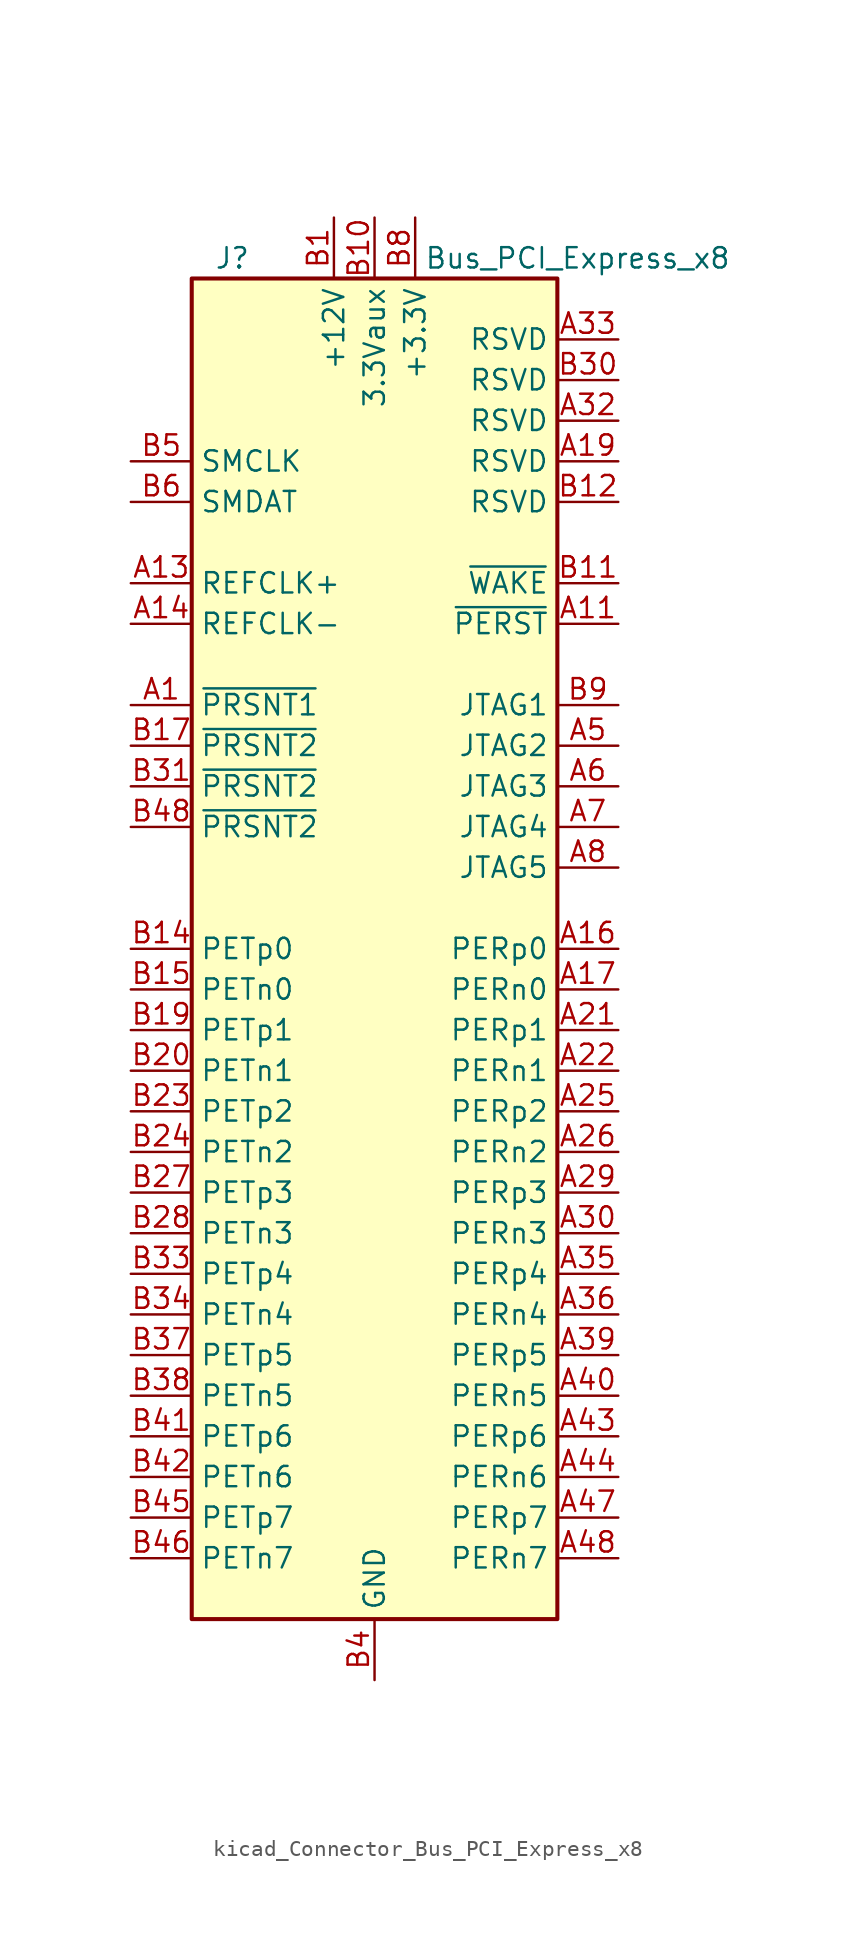
<source format=kicad_sym>
(kicad_symbol_lib
  (version 20220914)
  (generator kicad_symbol_editor)
  (symbol "kicad_Connector_Bus_PCI_Express_x8"
    (property "Reference" "J"
      (at -8.89 43.18 0)
      (effects (font (size 1.27 1.27))))
    (property "Value" "Bus_PCI_Express_x8"
      (at 12.7 43.18 0)
      (effects (font (size 1.27 1.27))))
    (symbol "kicad_Connector_Bus_PCI_Express_x8_0_1"
      (rectangle (start -11.43 41.91) (end 11.43 -41.91) (stroke (width 0.254) (type default)) (fill (type background))))
    (symbol "kicad_Connector_Bus_PCI_Express_x8_1_1"
      (pin passive line (at -15.24 15.24 0) (length 3.81) (name "~{PRSNT1}" (effects (font (size 1.27 1.27)))) (number "A1" (effects (font (size 1.27 1.27)))))
      (pin passive line (at 2.54 45.72 270) (length 3.81) hide (name "+3.3V" (effects (font (size 1.27 1.27)))) (number "A10" (effects (font (size 1.27 1.27)))))
      (pin input line (at 15.24 20.32 180) (length 3.81) (name "~{PERST}" (effects (font (size 1.27 1.27)))) (number "A11" (effects (font (size 1.27 1.27)))))
      (pin passive line (at 0 -45.72 90) (length 3.81) hide (name "GND" (effects (font (size 1.27 1.27)))) (number "A12" (effects (font (size 1.27 1.27)))))
      (pin input line (at -15.24 22.86 0) (length 3.81) (name "REFCLK+" (effects (font (size 1.27 1.27)))) (number "A13" (effects (font (size 1.27 1.27)))))
      (pin input line (at -15.24 20.32 0) (length 3.81) (name "REFCLK-" (effects (font (size 1.27 1.27)))) (number "A14" (effects (font (size 1.27 1.27)))))
      (pin passive line (at 0 -45.72 90) (length 3.81) hide (name "GND" (effects (font (size 1.27 1.27)))) (number "A15" (effects (font (size 1.27 1.27)))))
      (pin output line (at 15.24 0 180) (length 3.81) (name "PERp0" (effects (font (size 1.27 1.27)))) (number "A16" (effects (font (size 1.27 1.27)))))
      (pin output line (at 15.24 -2.54 180) (length 3.81) (name "PERn0" (effects (font (size 1.27 1.27)))) (number "A17" (effects (font (size 1.27 1.27)))))
      (pin passive line (at 0 -45.72 90) (length 3.81) hide (name "GND" (effects (font (size 1.27 1.27)))) (number "A18" (effects (font (size 1.27 1.27)))))
      (pin passive line (at 15.24 30.48 180) (length 3.81) (name "RSVD" (effects (font (size 1.27 1.27)))) (number "A19" (effects (font (size 1.27 1.27)))))
      (pin passive line (at -2.54 45.72 270) (length 3.81) hide (name "+12V" (effects (font (size 1.27 1.27)))) (number "A2" (effects (font (size 1.27 1.27)))))
      (pin passive line (at 0 -45.72 90) (length 3.81) hide (name "GND" (effects (font (size 1.27 1.27)))) (number "A20" (effects (font (size 1.27 1.27)))))
      (pin output line (at 15.24 -5.08 180) (length 3.81) (name "PERp1" (effects (font (size 1.27 1.27)))) (number "A21" (effects (font (size 1.27 1.27)))))
      (pin output line (at 15.24 -7.62 180) (length 3.81) (name "PERn1" (effects (font (size 1.27 1.27)))) (number "A22" (effects (font (size 1.27 1.27)))))
      (pin passive line (at 0 -45.72 90) (length 3.81) hide (name "GND" (effects (font (size 1.27 1.27)))) (number "A23" (effects (font (size 1.27 1.27)))))
      (pin passive line (at 0 -45.72 90) (length 3.81) hide (name "GND" (effects (font (size 1.27 1.27)))) (number "A24" (effects (font (size 1.27 1.27)))))
      (pin output line (at 15.24 -10.16 180) (length 3.81) (name "PERp2" (effects (font (size 1.27 1.27)))) (number "A25" (effects (font (size 1.27 1.27)))))
      (pin output line (at 15.24 -12.7 180) (length 3.81) (name "PERn2" (effects (font (size 1.27 1.27)))) (number "A26" (effects (font (size 1.27 1.27)))))
      (pin passive line (at 0 -45.72 90) (length 3.81) hide (name "GND" (effects (font (size 1.27 1.27)))) (number "A27" (effects (font (size 1.27 1.27)))))
      (pin passive line (at 0 -45.72 90) (length 3.81) hide (name "GND" (effects (font (size 1.27 1.27)))) (number "A28" (effects (font (size 1.27 1.27)))))
      (pin output line (at 15.24 -15.24 180) (length 3.81) (name "PERp3" (effects (font (size 1.27 1.27)))) (number "A29" (effects (font (size 1.27 1.27)))))
      (pin passive line (at -2.54 45.72 270) (length 3.81) hide (name "+12V" (effects (font (size 1.27 1.27)))) (number "A3" (effects (font (size 1.27 1.27)))))
      (pin output line (at 15.24 -17.78 180) (length 3.81) (name "PERn3" (effects (font (size 1.27 1.27)))) (number "A30" (effects (font (size 1.27 1.27)))))
      (pin passive line (at 0 -45.72 90) (length 3.81) hide (name "GND" (effects (font (size 1.27 1.27)))) (number "A31" (effects (font (size 1.27 1.27)))))
      (pin passive line (at 15.24 33.02 180) (length 3.81) (name "RSVD" (effects (font (size 1.27 1.27)))) (number "A32" (effects (font (size 1.27 1.27)))))
      (pin passive line (at 15.24 38.1 180) (length 3.81) (name "RSVD" (effects (font (size 1.27 1.27)))) (number "A33" (effects (font (size 1.27 1.27)))))
      (pin passive line (at 0 -45.72 90) (length 3.81) hide (name "GND" (effects (font (size 1.27 1.27)))) (number "A34" (effects (font (size 1.27 1.27)))))
      (pin output line (at 15.24 -20.32 180) (length 3.81) (name "PERp4" (effects (font (size 1.27 1.27)))) (number "A35" (effects (font (size 1.27 1.27)))))
      (pin output line (at 15.24 -22.86 180) (length 3.81) (name "PERn4" (effects (font (size 1.27 1.27)))) (number "A36" (effects (font (size 1.27 1.27)))))
      (pin passive line (at 0 -45.72 90) (length 3.81) hide (name "GND" (effects (font (size 1.27 1.27)))) (number "A37" (effects (font (size 1.27 1.27)))))
      (pin passive line (at 0 -45.72 90) (length 3.81) hide (name "GND" (effects (font (size 1.27 1.27)))) (number "A38" (effects (font (size 1.27 1.27)))))
      (pin output line (at 15.24 -25.4 180) (length 3.81) (name "PERp5" (effects (font (size 1.27 1.27)))) (number "A39" (effects (font (size 1.27 1.27)))))
      (pin passive line (at 0 -45.72 90) (length 3.81) hide (name "GND" (effects (font (size 1.27 1.27)))) (number "A4" (effects (font (size 1.27 1.27)))))
      (pin output line (at 15.24 -27.94 180) (length 3.81) (name "PERn5" (effects (font (size 1.27 1.27)))) (number "A40" (effects (font (size 1.27 1.27)))))
      (pin passive line (at 0 -45.72 90) (length 3.81) hide (name "GND" (effects (font (size 1.27 1.27)))) (number "A41" (effects (font (size 1.27 1.27)))))
      (pin passive line (at 0 -45.72 90) (length 3.81) hide (name "GND" (effects (font (size 1.27 1.27)))) (number "A42" (effects (font (size 1.27 1.27)))))
      (pin output line (at 15.24 -30.48 180) (length 3.81) (name "PERp6" (effects (font (size 1.27 1.27)))) (number "A43" (effects (font (size 1.27 1.27)))))
      (pin output line (at 15.24 -33.02 180) (length 3.81) (name "PERn6" (effects (font (size 1.27 1.27)))) (number "A44" (effects (font (size 1.27 1.27)))))
      (pin passive line (at 0 -45.72 90) (length 3.81) hide (name "GND" (effects (font (size 1.27 1.27)))) (number "A45" (effects (font (size 1.27 1.27)))))
      (pin passive line (at 0 -45.72 90) (length 3.81) hide (name "GND" (effects (font (size 1.27 1.27)))) (number "A46" (effects (font (size 1.27 1.27)))))
      (pin output line (at 15.24 -35.56 180) (length 3.81) (name "PERp7" (effects (font (size 1.27 1.27)))) (number "A47" (effects (font (size 1.27 1.27)))))
      (pin output line (at 15.24 -38.1 180) (length 3.81) (name "PERn7" (effects (font (size 1.27 1.27)))) (number "A48" (effects (font (size 1.27 1.27)))))
      (pin passive line (at 0 -45.72 90) (length 3.81) hide (name "GND" (effects (font (size 1.27 1.27)))) (number "A49" (effects (font (size 1.27 1.27)))))
      (pin input line (at 15.24 12.7 180) (length 3.81) (name "JTAG2" (effects (font (size 1.27 1.27)))) (number "A5" (effects (font (size 1.27 1.27)))))
      (pin input line (at 15.24 10.16 180) (length 3.81) (name "JTAG3" (effects (font (size 1.27 1.27)))) (number "A6" (effects (font (size 1.27 1.27)))))
      (pin output line (at 15.24 7.62 180) (length 3.81) (name "JTAG4" (effects (font (size 1.27 1.27)))) (number "A7" (effects (font (size 1.27 1.27)))))
      (pin input line (at 15.24 5.08 180) (length 3.81) (name "JTAG5" (effects (font (size 1.27 1.27)))) (number "A8" (effects (font (size 1.27 1.27)))))
      (pin passive line (at 2.54 45.72 270) (length 3.81) hide (name "+3.3V" (effects (font (size 1.27 1.27)))) (number "A9" (effects (font (size 1.27 1.27)))))
      (pin power_in line (at -2.54 45.72 270) (length 3.81) (name "+12V" (effects (font (size 1.27 1.27)))) (number "B1" (effects (font (size 1.27 1.27)))))
      (pin power_in line (at 0 45.72 270) (length 3.81) (name "3.3Vaux" (effects (font (size 1.27 1.27)))) (number "B10" (effects (font (size 1.27 1.27)))))
      (pin open_collector line (at 15.24 22.86 180) (length 3.81) (name "~{WAKE}" (effects (font (size 1.27 1.27)))) (number "B11" (effects (font (size 1.27 1.27)))))
      (pin passive line (at 15.24 27.94 180) (length 3.81) (name "RSVD" (effects (font (size 1.27 1.27)))) (number "B12" (effects (font (size 1.27 1.27)))))
      (pin passive line (at 0 -45.72 90) (length 3.81) hide (name "GND" (effects (font (size 1.27 1.27)))) (number "B13" (effects (font (size 1.27 1.27)))))
      (pin input line (at -15.24 0 0) (length 3.81) (name "PETp0" (effects (font (size 1.27 1.27)))) (number "B14" (effects (font (size 1.27 1.27)))))
      (pin input line (at -15.24 -2.54 0) (length 3.81) (name "PETn0" (effects (font (size 1.27 1.27)))) (number "B15" (effects (font (size 1.27 1.27)))))
      (pin passive line (at 0 -45.72 90) (length 3.81) hide (name "GND" (effects (font (size 1.27 1.27)))) (number "B16" (effects (font (size 1.27 1.27)))))
      (pin passive line (at -15.24 12.7 0) (length 3.81) (name "~{PRSNT2}" (effects (font (size 1.27 1.27)))) (number "B17" (effects (font (size 1.27 1.27)))))
      (pin passive line (at 0 -45.72 90) (length 3.81) hide (name "GND" (effects (font (size 1.27 1.27)))) (number "B18" (effects (font (size 1.27 1.27)))))
      (pin input line (at -15.24 -5.08 0) (length 3.81) (name "PETp1" (effects (font (size 1.27 1.27)))) (number "B19" (effects (font (size 1.27 1.27)))))
      (pin passive line (at -2.54 45.72 270) (length 3.81) hide (name "+12V" (effects (font (size 1.27 1.27)))) (number "B2" (effects (font (size 1.27 1.27)))))
      (pin input line (at -15.24 -7.62 0) (length 3.81) (name "PETn1" (effects (font (size 1.27 1.27)))) (number "B20" (effects (font (size 1.27 1.27)))))
      (pin passive line (at 0 -45.72 90) (length 3.81) hide (name "GND" (effects (font (size 1.27 1.27)))) (number "B21" (effects (font (size 1.27 1.27)))))
      (pin passive line (at 0 -45.72 90) (length 3.81) hide (name "GND" (effects (font (size 1.27 1.27)))) (number "B22" (effects (font (size 1.27 1.27)))))
      (pin input line (at -15.24 -10.16 0) (length 3.81) (name "PETp2" (effects (font (size 1.27 1.27)))) (number "B23" (effects (font (size 1.27 1.27)))))
      (pin input line (at -15.24 -12.7 0) (length 3.81) (name "PETn2" (effects (font (size 1.27 1.27)))) (number "B24" (effects (font (size 1.27 1.27)))))
      (pin passive line (at 0 -45.72 90) (length 3.81) hide (name "GND" (effects (font (size 1.27 1.27)))) (number "B25" (effects (font (size 1.27 1.27)))))
      (pin passive line (at 0 -45.72 90) (length 3.81) hide (name "GND" (effects (font (size 1.27 1.27)))) (number "B26" (effects (font (size 1.27 1.27)))))
      (pin input line (at -15.24 -15.24 0) (length 3.81) (name "PETp3" (effects (font (size 1.27 1.27)))) (number "B27" (effects (font (size 1.27 1.27)))))
      (pin input line (at -15.24 -17.78 0) (length 3.81) (name "PETn3" (effects (font (size 1.27 1.27)))) (number "B28" (effects (font (size 1.27 1.27)))))
      (pin passive line (at 0 -45.72 90) (length 3.81) hide (name "GND" (effects (font (size 1.27 1.27)))) (number "B29" (effects (font (size 1.27 1.27)))))
      (pin passive line (at -2.54 45.72 270) (length 3.81) hide (name "+12V" (effects (font (size 1.27 1.27)))) (number "B3" (effects (font (size 1.27 1.27)))))
      (pin passive line (at 15.24 35.56 180) (length 3.81) (name "RSVD" (effects (font (size 1.27 1.27)))) (number "B30" (effects (font (size 1.27 1.27)))))
      (pin passive line (at -15.24 10.16 0) (length 3.81) (name "~{PRSNT2}" (effects (font (size 1.27 1.27)))) (number "B31" (effects (font (size 1.27 1.27)))))
      (pin passive line (at 0 -45.72 90) (length 3.81) hide (name "GND" (effects (font (size 1.27 1.27)))) (number "B32" (effects (font (size 1.27 1.27)))))
      (pin input line (at -15.24 -20.32 0) (length 3.81) (name "PETp4" (effects (font (size 1.27 1.27)))) (number "B33" (effects (font (size 1.27 1.27)))))
      (pin input line (at -15.24 -22.86 0) (length 3.81) (name "PETn4" (effects (font (size 1.27 1.27)))) (number "B34" (effects (font (size 1.27 1.27)))))
      (pin passive line (at 0 -45.72 90) (length 3.81) hide (name "GND" (effects (font (size 1.27 1.27)))) (number "B35" (effects (font (size 1.27 1.27)))))
      (pin passive line (at 0 -45.72 90) (length 3.81) hide (name "GND" (effects (font (size 1.27 1.27)))) (number "B36" (effects (font (size 1.27 1.27)))))
      (pin input line (at -15.24 -25.4 0) (length 3.81) (name "PETp5" (effects (font (size 1.27 1.27)))) (number "B37" (effects (font (size 1.27 1.27)))))
      (pin input line (at -15.24 -27.94 0) (length 3.81) (name "PETn5" (effects (font (size 1.27 1.27)))) (number "B38" (effects (font (size 1.27 1.27)))))
      (pin passive line (at 0 -45.72 90) (length 3.81) hide (name "GND" (effects (font (size 1.27 1.27)))) (number "B39" (effects (font (size 1.27 1.27)))))
      (pin power_in line (at 0 -45.72 90) (length 3.81) (name "GND" (effects (font (size 1.27 1.27)))) (number "B4" (effects (font (size 1.27 1.27)))))
      (pin passive line (at 0 -45.72 90) (length 3.81) hide (name "GND" (effects (font (size 1.27 1.27)))) (number "B40" (effects (font (size 1.27 1.27)))))
      (pin input line (at -15.24 -30.48 0) (length 3.81) (name "PETp6" (effects (font (size 1.27 1.27)))) (number "B41" (effects (font (size 1.27 1.27)))))
      (pin input line (at -15.24 -33.02 0) (length 3.81) (name "PETn6" (effects (font (size 1.27 1.27)))) (number "B42" (effects (font (size 1.27 1.27)))))
      (pin passive line (at 0 -45.72 90) (length 3.81) hide (name "GND" (effects (font (size 1.27 1.27)))) (number "B43" (effects (font (size 1.27 1.27)))))
      (pin passive line (at 0 -45.72 90) (length 3.81) hide (name "GND" (effects (font (size 1.27 1.27)))) (number "B44" (effects (font (size 1.27 1.27)))))
      (pin input line (at -15.24 -35.56 0) (length 3.81) (name "PETp7" (effects (font (size 1.27 1.27)))) (number "B45" (effects (font (size 1.27 1.27)))))
      (pin input line (at -15.24 -38.1 0) (length 3.81) (name "PETn7" (effects (font (size 1.27 1.27)))) (number "B46" (effects (font (size 1.27 1.27)))))
      (pin passive line (at 0 -45.72 90) (length 3.81) hide (name "GND" (effects (font (size 1.27 1.27)))) (number "B47" (effects (font (size 1.27 1.27)))))
      (pin passive line (at -15.24 7.62 0) (length 3.81) (name "~{PRSNT2}" (effects (font (size 1.27 1.27)))) (number "B48" (effects (font (size 1.27 1.27)))))
      (pin passive line (at 0 -45.72 90) (length 3.81) hide (name "GND" (effects (font (size 1.27 1.27)))) (number "B49" (effects (font (size 1.27 1.27)))))
      (pin input line (at -15.24 30.48 0) (length 3.81) (name "SMCLK" (effects (font (size 1.27 1.27)))) (number "B5" (effects (font (size 1.27 1.27)))))
      (pin bidirectional line (at -15.24 27.94 0) (length 3.81) (name "SMDAT" (effects (font (size 1.27 1.27)))) (number "B6" (effects (font (size 1.27 1.27)))))
      (pin passive line (at 0 -45.72 90) (length 3.81) hide (name "GND" (effects (font (size 1.27 1.27)))) (number "B7" (effects (font (size 1.27 1.27)))))
      (pin power_in line (at 2.54 45.72 270) (length 3.81) (name "+3.3V" (effects (font (size 1.27 1.27)))) (number "B8" (effects (font (size 1.27 1.27)))))
      (pin input line (at 15.24 15.24 180) (length 3.81) (name "JTAG1" (effects (font (size 1.27 1.27)))) (number "B9" (effects (font (size 1.27 1.27))))))))
</source>
